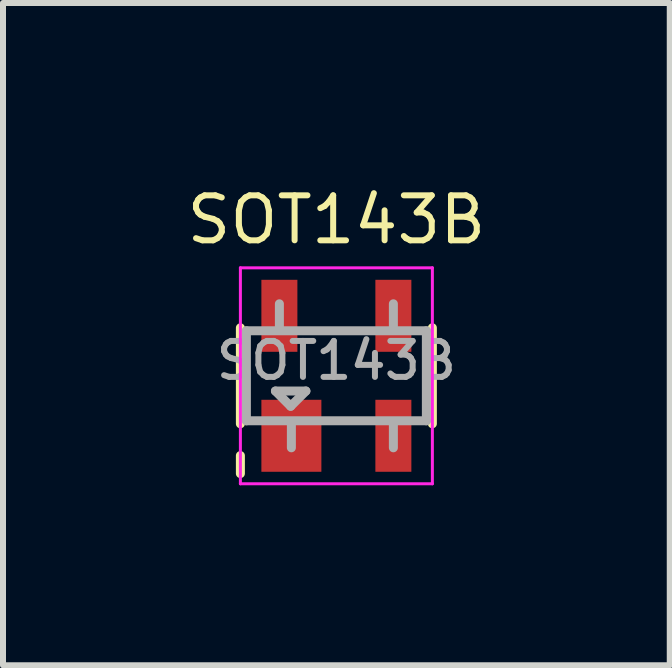
<source format=kicad_pcb>
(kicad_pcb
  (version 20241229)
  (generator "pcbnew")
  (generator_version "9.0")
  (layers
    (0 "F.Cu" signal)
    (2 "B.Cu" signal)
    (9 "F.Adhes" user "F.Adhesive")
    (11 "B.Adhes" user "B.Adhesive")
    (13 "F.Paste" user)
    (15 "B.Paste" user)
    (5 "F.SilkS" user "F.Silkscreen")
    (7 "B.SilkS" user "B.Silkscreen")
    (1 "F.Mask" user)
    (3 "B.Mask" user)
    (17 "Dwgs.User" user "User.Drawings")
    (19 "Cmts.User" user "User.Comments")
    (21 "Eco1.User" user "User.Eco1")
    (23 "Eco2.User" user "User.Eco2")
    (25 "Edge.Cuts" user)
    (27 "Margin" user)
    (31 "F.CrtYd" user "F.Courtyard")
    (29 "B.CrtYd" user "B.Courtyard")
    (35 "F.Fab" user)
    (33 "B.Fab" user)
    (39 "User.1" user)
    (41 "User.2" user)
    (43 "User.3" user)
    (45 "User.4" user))
  (footprint "SOT143B"
    (layer "F.Cu")
    (at 2.557 3.214)
    (property "Reference" "SOT143B" (at 0 -2.6 0) (layer "F.SilkS") (effects (font (size 0.75 0.75) (thickness 0.1))))
    (attr smd)
    (fp_line (start -1.6 -0.8) (end -1.6 0.8) (stroke (width 0.15) (type solid)) (layer "F.SilkS"))
    (fp_line (start -1.6 1.33) (end -1.6 1.63) (stroke (width 0.15) (type solid)) (layer "F.SilkS"))
    (fp_line (start 1.6 -0.8) (end 1.6 0.8) (stroke (width 0.15) (type solid)) (layer "F.SilkS"))
    (fp_line (start -1.6 -1.8) (end -1.6 1.8) (stroke (width 0.05) (type solid)) (layer "F.CrtYd"))
    (fp_line (start -1.6 -1.8) (end 1.6 -1.8) (stroke (width 0.05) (type solid)) (layer "F.CrtYd"))
    (fp_line (start -1.6 1.8) (end 1.6 1.8) (stroke (width 0.05) (type solid)) (layer "F.CrtYd"))
    (fp_line (start 1.6 -1.8) (end 1.6 1.8) (stroke (width 0.05) (type solid)) (layer "F.CrtYd"))
    (fp_line (start -1.5 -0.75) (end -1.5 0.75) (stroke (width 0.15) (type solid)) (layer "F.Fab"))
    (fp_line (start -1.5 0.75) (end 1.5 0.75) (stroke (width 0.15) (type solid)) (layer "F.Fab"))
    (fp_line (start -1.016 0.254) (end -0.762 0.508) (stroke (width 0.15) (type solid)) (layer "F.Fab"))
    (fp_line (start -0.95 -1.2) (end -0.95 -0.762) (stroke (width 0.15) (type solid)) (layer "F.Fab"))
    (fp_line (start -0.762 0.508) (end -0.508 0.254) (stroke (width 0.15) (type solid)) (layer "F.Fab"))
    (fp_line (start -0.75 1.2) (end -0.75 0.762) (stroke (width 0.15) (type solid)) (layer "F.Fab"))
    (fp_line (start -0.508 0.254) (end -1.016 0.254) (stroke (width 0.15) (type solid)) (layer "F.Fab"))
    (fp_line (start 0.95 -1.2) (end 0.95 -0.762) (stroke (width 0.15) (type solid)) (layer "F.Fab"))
    (fp_line (start 0.95 1.2) (end 0.95 0.762) (stroke (width 0.15) (type solid)) (layer "F.Fab"))
    (fp_line (start 1.5 -0.75) (end -1.5 -0.75) (stroke (width 0.15) (type solid)) (layer "F.Fab"))
    (fp_line (start 1.5 0.75) (end 1.5 -0.75) (stroke (width 0.15) (type solid)) (layer "F.Fab"))
    (fp_text user "${REFERENCE}" (at 0 -0.254 0) (layer "F.Fab") (effects (font (size 0.6 0.6) (thickness 0.1))))
    (pad "1" smd rect (at -0.75 1) (size 1 1.2) (layers "F.Cu" "F.Mask" "F.Paste"))
    (pad "2" smd rect (at 0.95 1) (size 0.6 1.2) (layers "F.Cu" "F.Mask" "F.Paste"))
    (pad "3" smd rect (at 0.95 -1) (size 0.6 1.2) (layers "F.Cu" "F.Mask" "F.Paste"))
    (pad "4" smd rect (at -0.95 -1) (size 0.6 1.2) (layers "F.Cu" "F.Mask" "F.Paste")))
  (gr_rect
    (start -3 -3)
    (end 8.114 8.039)
    (stroke (width 0.1) (type default))
    (fill no)
    (layer "Edge.Cuts")))
</source>
